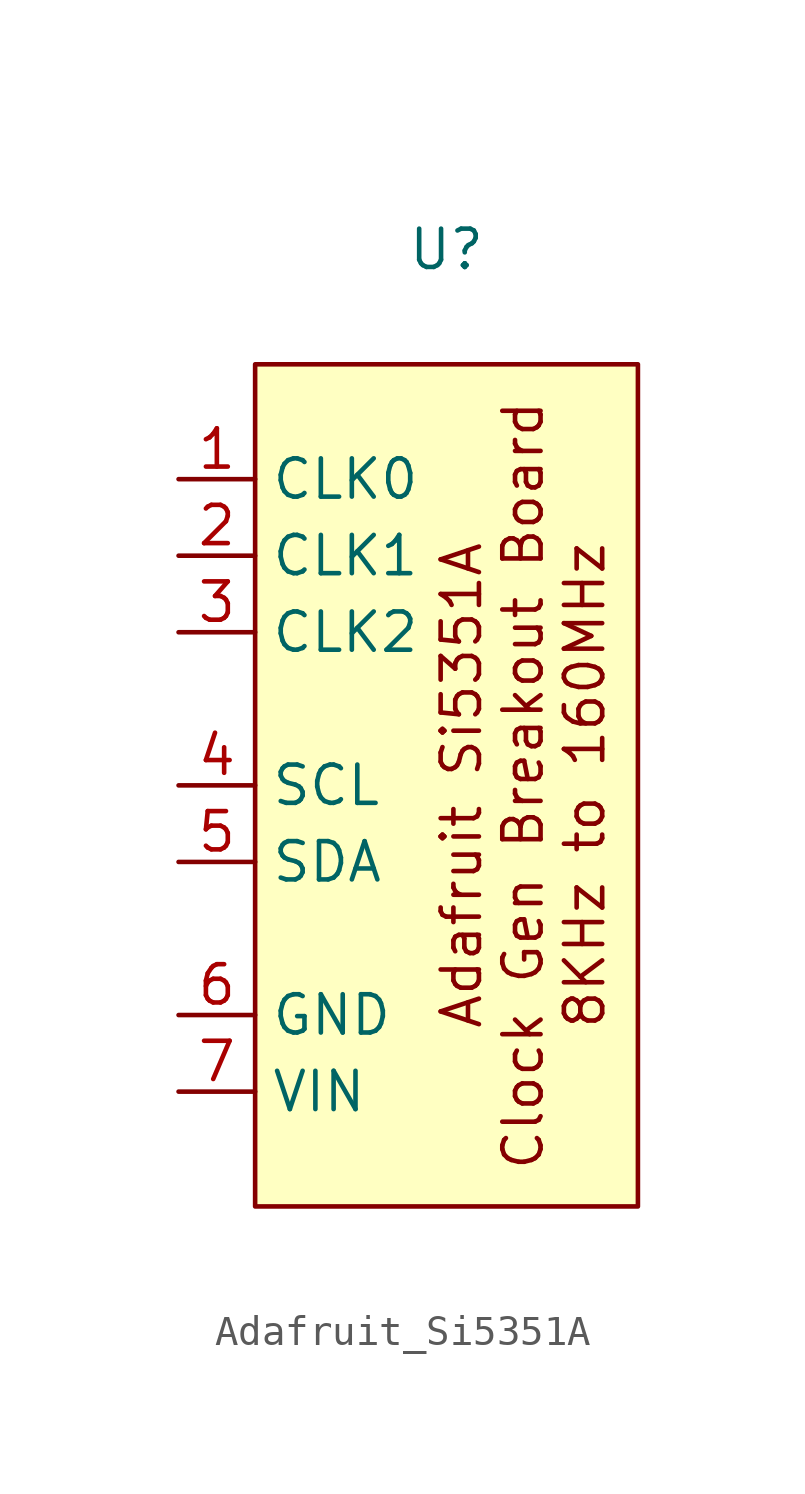
<source format=kicad_sym>
(kicad_symbol_lib
  (version 20220914)
  (generator kicad_symbol_editor)
  (symbol "Adafruit_Si5351A"
    (property "Reference" "U"
      (at 0 17.78 0)
      (effects (font (size 1.27 1.27))))
    (property "Value" ""
      (at 0 2.54 0)
      (effects (font (size 1.27 1.27))))
    (symbol "Adafruit_Si5351A_1_1"
      (rectangle (start -6.35 13.97) (end 6.35 -13.97) (stroke (width 0) (type default)) (fill (type background)))
      (text "Adafruit Si5351A\nClock Gen Breakout Board\n8KHz to 160MHz" (at 2.54 0 900) (effects (font (size 1.27 1.27))))
      (pin output line (at -8.89 10.16 0) (length 2.54) (name "CLK0" (effects (font (size 1.27 1.27)))) (number "1" (effects (font (size 1.27 1.27)))))
      (pin output line (at -8.89 7.62 0) (length 2.54) (name "CLK1" (effects (font (size 1.27 1.27)))) (number "2" (effects (font (size 1.27 1.27)))))
      (pin output line (at -8.89 5.08 0) (length 2.54) (name "CLK2" (effects (font (size 1.27 1.27)))) (number "3" (effects (font (size 1.27 1.27)))))
      (pin input line (at -8.89 0 0) (length 2.54) (name "SCL" (effects (font (size 1.27 1.27)))) (number "4" (effects (font (size 1.27 1.27)))))
      (pin bidirectional line (at -8.89 -2.54 0) (length 2.54) (name "SDA" (effects (font (size 1.27 1.27)))) (number "5" (effects (font (size 1.27 1.27)))))
      (pin power_in line (at -8.89 -7.62 0) (length 2.54) (name "GND" (effects (font (size 1.27 1.27)))) (number "6" (effects (font (size 1.27 1.27)))))
      (pin power_in line (at -8.89 -10.16 0) (length 2.54) (name "VIN" (effects (font (size 1.27 1.27)))) (number "7" (effects (font (size 1.27 1.27))))))))
</source>
